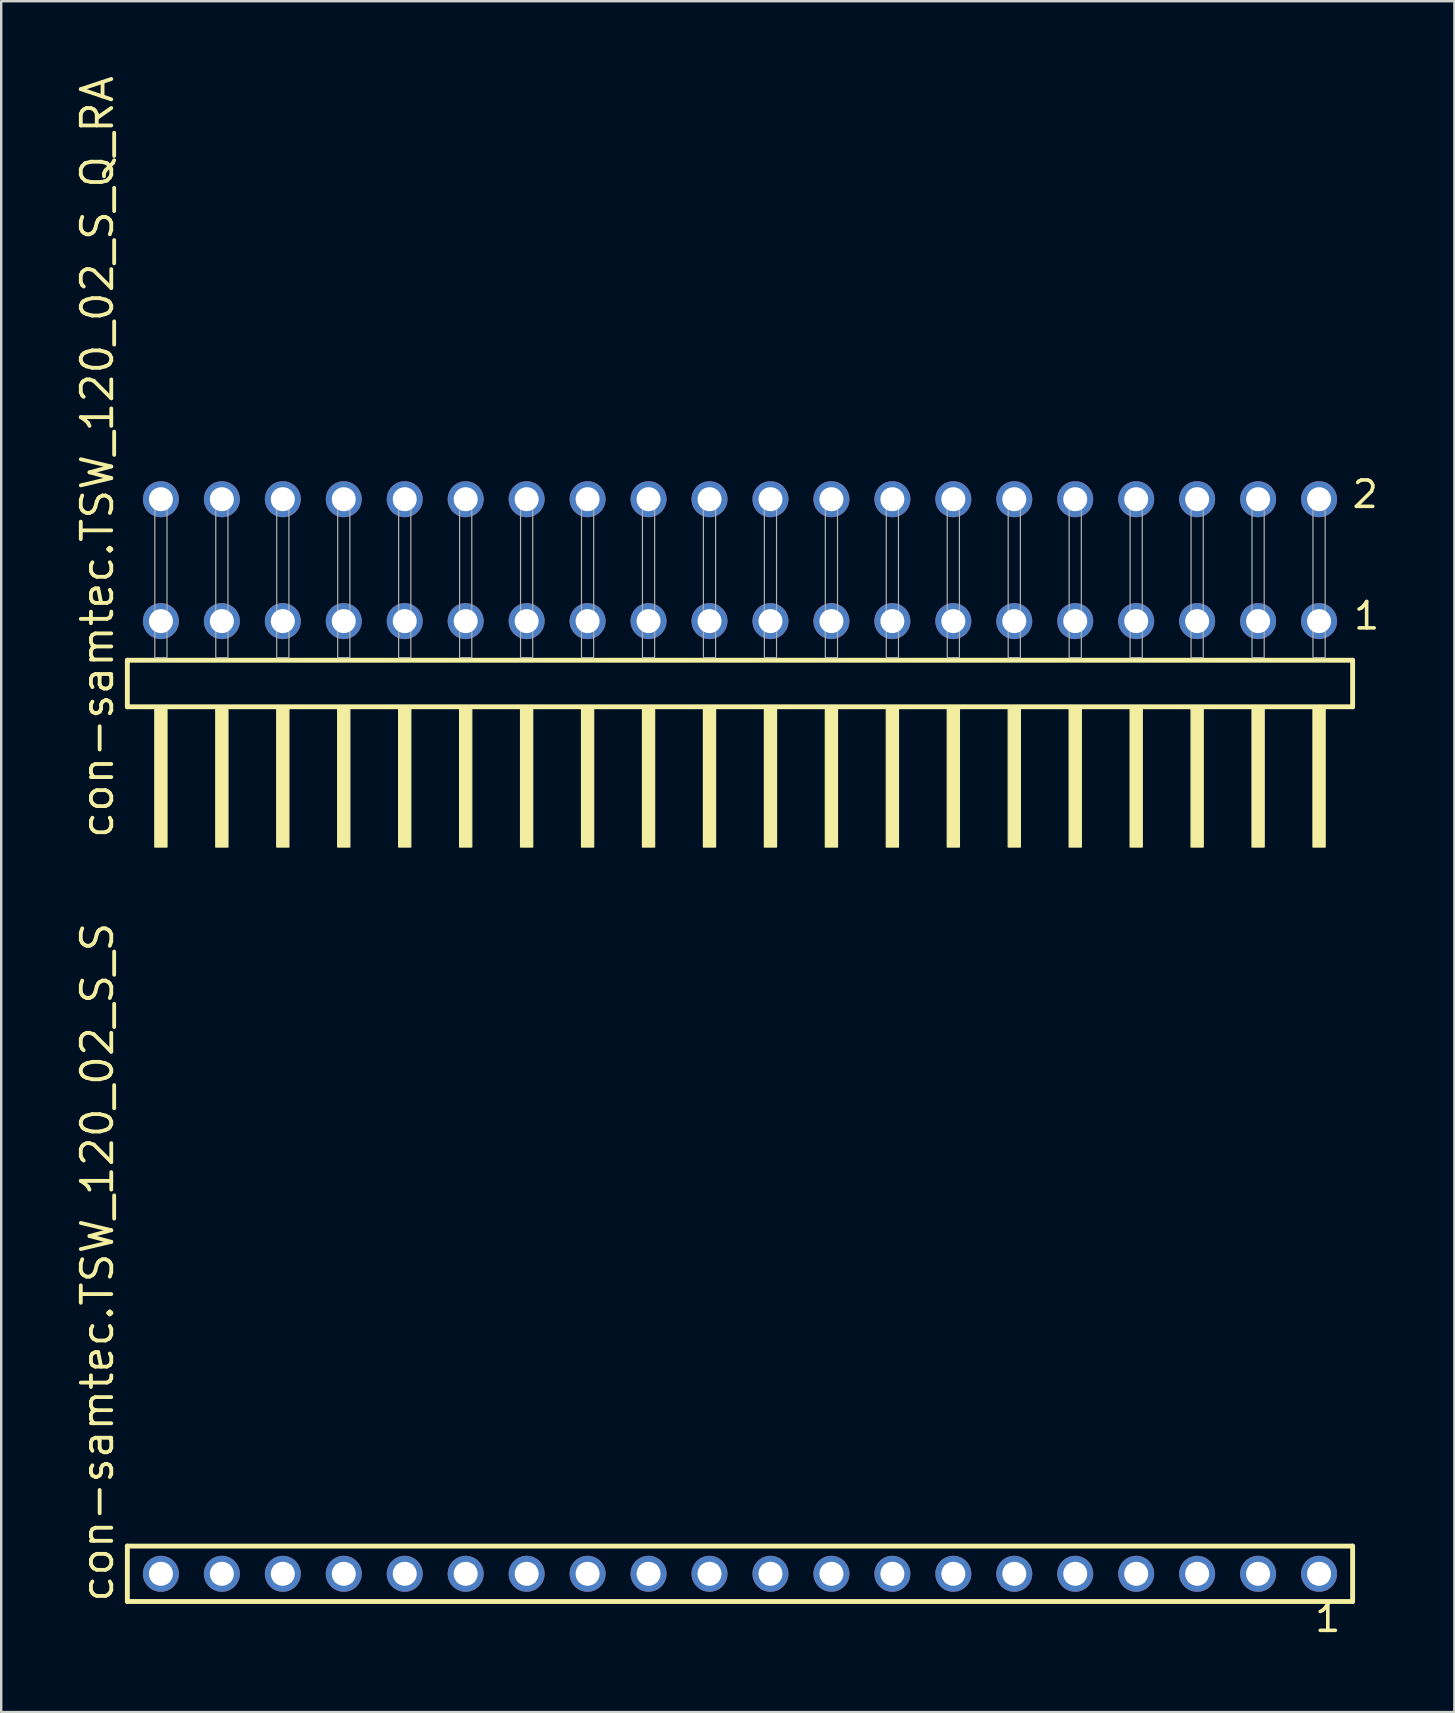
<source format=kicad_pcb>
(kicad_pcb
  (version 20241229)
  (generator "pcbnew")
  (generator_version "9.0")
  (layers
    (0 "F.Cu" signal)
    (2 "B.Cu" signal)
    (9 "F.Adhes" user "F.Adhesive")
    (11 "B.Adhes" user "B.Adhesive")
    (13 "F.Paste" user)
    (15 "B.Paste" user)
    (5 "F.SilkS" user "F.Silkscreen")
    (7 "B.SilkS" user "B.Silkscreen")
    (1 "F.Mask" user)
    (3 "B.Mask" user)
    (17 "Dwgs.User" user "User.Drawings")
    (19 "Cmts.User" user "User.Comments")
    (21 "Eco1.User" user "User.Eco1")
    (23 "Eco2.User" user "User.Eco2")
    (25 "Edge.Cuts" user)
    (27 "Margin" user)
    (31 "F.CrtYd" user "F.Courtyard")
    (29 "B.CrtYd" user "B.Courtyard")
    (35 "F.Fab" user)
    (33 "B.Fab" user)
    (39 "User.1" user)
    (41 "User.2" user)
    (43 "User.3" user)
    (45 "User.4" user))
  (footprint "con-samtec.TSW_120_02_S_S"
    (layer "F.Cu")
    (at 27.785 62.53)
    (property "Reference" "con-samtec.TSW_120_02_S_S" (at -26.035 1.27 90) (layer "F.SilkS") (effects (font (size 1.27 1.27) (thickness 0.16)) (justify left bottom)))
    (attr through_hole)
    (fp_line (start -25.529 -1.155) (end 25.529 -1.155) (stroke (width 0.203) (type default)) (layer "F.SilkS"))
    (fp_line (start -25.529 1.155) (end -25.529 -1.155) (stroke (width 0.203) (type default)) (layer "F.SilkS"))
    (fp_line (start 25.529 -1.155) (end 25.529 1.155) (stroke (width 0.203) (type default)) (layer "F.SilkS"))
    (fp_line (start 25.529 1.155) (end -25.529 1.155) (stroke (width 0.203) (type default)) (layer "F.SilkS"))
    (fp_rect (start -24.48 0.35) (end -23.78 -0.35) (stroke (width 0.05) (type default)) (fill no) (layer "F.Fab"))
    (fp_rect (start -21.94 0.35) (end -21.24 -0.35) (stroke (width 0.05) (type default)) (fill no) (layer "F.Fab"))
    (fp_rect (start -19.4 0.35) (end -18.7 -0.35) (stroke (width 0.05) (type default)) (fill no) (layer "F.Fab"))
    (fp_rect (start -16.86 0.35) (end -16.16 -0.35) (stroke (width 0.05) (type default)) (fill no) (layer "F.Fab"))
    (fp_rect (start -14.32 0.35) (end -13.62 -0.35) (stroke (width 0.05) (type default)) (fill no) (layer "F.Fab"))
    (fp_rect (start -11.78 0.35) (end -11.08 -0.35) (stroke (width 0.05) (type default)) (fill no) (layer "F.Fab"))
    (fp_rect (start -9.24 0.35) (end -8.54 -0.35) (stroke (width 0.05) (type default)) (fill no) (layer "F.Fab"))
    (fp_rect (start -6.7 0.35) (end -6 -0.35) (stroke (width 0.05) (type default)) (fill no) (layer "F.Fab"))
    (fp_rect (start -4.16 0.35) (end -3.46 -0.35) (stroke (width 0.05) (type default)) (fill no) (layer "F.Fab"))
    (fp_rect (start -1.62 0.35) (end -0.92 -0.35) (stroke (width 0.05) (type default)) (fill no) (layer "F.Fab"))
    (fp_rect (start 0.92 0.35) (end 1.62 -0.35) (stroke (width 0.05) (type default)) (fill no) (layer "F.Fab"))
    (fp_rect (start 3.46 0.35) (end 4.16 -0.35) (stroke (width 0.05) (type default)) (fill no) (layer "F.Fab"))
    (fp_rect (start 6 0.35) (end 6.7 -0.35) (stroke (width 0.05) (type default)) (fill no) (layer "F.Fab"))
    (fp_rect (start 8.54 0.35) (end 9.24 -0.35) (stroke (width 0.05) (type default)) (fill no) (layer "F.Fab"))
    (fp_rect (start 11.08 0.35) (end 11.78 -0.35) (stroke (width 0.05) (type default)) (fill no) (layer "F.Fab"))
    (fp_rect (start 13.62 0.35) (end 14.32 -0.35) (stroke (width 0.05) (type default)) (fill no) (layer "F.Fab"))
    (fp_rect (start 16.16 0.35) (end 16.86 -0.35) (stroke (width 0.05) (type default)) (fill no) (layer "F.Fab"))
    (fp_rect (start 18.7 0.35) (end 19.4 -0.35) (stroke (width 0.05) (type default)) (fill no) (layer "F.Fab"))
    (fp_rect (start 21.24 0.35) (end 21.94 -0.35) (stroke (width 0.05) (type default)) (fill no) (layer "F.Fab"))
    (fp_rect (start 23.78 0.35) (end 24.48 -0.35) (stroke (width 0.05) (type default)) (fill no) (layer "F.Fab"))
    (fp_text user "1" (at 23.872 2.498 0) (layer "F.SilkS") (effects (font (size 1.1 1.1) (thickness 0.15)) (justify left bottom)))
    (pad "1" thru_hole circle (at 24.13 0 180) (size 1.5 1.5) (drill 1) (layers "*.Cu" "*.Mask"))
    (pad "2" thru_hole circle (at 21.59 0 180) (size 1.5 1.5) (drill 1) (layers "*.Cu" "*.Mask"))
    (pad "3" thru_hole circle (at 19.05 0 180) (size 1.5 1.5) (drill 1) (layers "*.Cu" "*.Mask"))
    (pad "4" thru_hole circle (at 16.51 0 180) (size 1.5 1.5) (drill 1) (layers "*.Cu" "*.Mask"))
    (pad "5" thru_hole circle (at 13.97 0 180) (size 1.5 1.5) (drill 1) (layers "*.Cu" "*.Mask"))
    (pad "6" thru_hole circle (at 11.43 0 180) (size 1.5 1.5) (drill 1) (layers "*.Cu" "*.Mask"))
    (pad "7" thru_hole circle (at 8.89 0 180) (size 1.5 1.5) (drill 1) (layers "*.Cu" "*.Mask"))
    (pad "8" thru_hole circle (at 6.35 0 180) (size 1.5 1.5) (drill 1) (layers "*.Cu" "*.Mask"))
    (pad "9" thru_hole circle (at 3.81 0 180) (size 1.5 1.5) (drill 1) (layers "*.Cu" "*.Mask"))
    (pad "10" thru_hole circle (at 1.27 0 180) (size 1.5 1.5) (drill 1) (layers "*.Cu" "*.Mask"))
    (pad "11" thru_hole circle (at -1.27 0 180) (size 1.5 1.5) (drill 1) (layers "*.Cu" "*.Mask"))
    (pad "12" thru_hole circle (at -3.81 0 180) (size 1.5 1.5) (drill 1) (layers "*.Cu" "*.Mask"))
    (pad "13" thru_hole circle (at -6.35 0 180) (size 1.5 1.5) (drill 1) (layers "*.Cu" "*.Mask"))
    (pad "14" thru_hole circle (at -8.89 0 180) (size 1.5 1.5) (drill 1) (layers "*.Cu" "*.Mask"))
    (pad "15" thru_hole circle (at -11.43 0 180) (size 1.5 1.5) (drill 1) (layers "*.Cu" "*.Mask"))
    (pad "16" thru_hole circle (at -13.97 0 180) (size 1.5 1.5) (drill 1) (layers "*.Cu" "*.Mask"))
    (pad "17" thru_hole circle (at -16.51 0 180) (size 1.5 1.5) (drill 1) (layers "*.Cu" "*.Mask"))
    (pad "18" thru_hole circle (at -19.05 0 180) (size 1.5 1.5) (drill 1) (layers "*.Cu" "*.Mask"))
    (pad "19" thru_hole circle (at -21.59 0 180) (size 1.5 1.5) (drill 1) (layers "*.Cu" "*.Mask"))
    (pad "20" thru_hole circle (at -24.13 0 180) (size 1.5 1.5) (drill 1) (layers "*.Cu" "*.Mask")))
  (footprint "con-samtec.TSW_120_02_S_Q_RA"
    (layer "F.Cu")
    (at 27.785 24.356)
    (property "Reference" "con-samtec.TSW_120_02_S_Q_RA" (at -26.035 7.62 90) (layer "F.SilkS") (effects (font (size 1.27 1.27) (thickness 0.16)) (justify left bottom)))
    (attr through_hole)
    (fp_line (start -25.529 0.106) (end -25.529 2.046) (stroke (width 0.203) (type default)) (layer "F.SilkS"))
    (fp_line (start -25.529 2.046) (end 25.529 2.046) (stroke (width 0.203) (type default)) (layer "F.SilkS"))
    (fp_line (start 25.529 0.106) (end -25.529 0.106) (stroke (width 0.203) (type default)) (layer "F.SilkS"))
    (fp_line (start 25.529 2.046) (end 25.529 0.106) (stroke (width 0.203) (type default)) (layer "F.SilkS"))
    (fp_rect (start -24.384 7.89) (end -23.876 2.04) (stroke (width 0.05) (type default)) (fill yes) (layer "F.SilkS"))
    (fp_rect (start -21.844 7.89) (end -21.336 2.04) (stroke (width 0.05) (type default)) (fill yes) (layer "F.SilkS"))
    (fp_rect (start -19.304 7.89) (end -18.796 2.04) (stroke (width 0.05) (type default)) (fill yes) (layer "F.SilkS"))
    (fp_rect (start -16.764 7.89) (end -16.256 2.04) (stroke (width 0.05) (type default)) (fill yes) (layer "F.SilkS"))
    (fp_rect (start -14.224 7.89) (end -13.716 2.04) (stroke (width 0.05) (type default)) (fill yes) (layer "F.SilkS"))
    (fp_rect (start -11.684 7.89) (end -11.176 2.04) (stroke (width 0.05) (type default)) (fill yes) (layer "F.SilkS"))
    (fp_rect (start -9.144 7.89) (end -8.636 2.04) (stroke (width 0.05) (type default)) (fill yes) (layer "F.SilkS"))
    (fp_rect (start -6.604 7.89) (end -6.096 2.04) (stroke (width 0.05) (type default)) (fill yes) (layer "F.SilkS"))
    (fp_rect (start -4.064 7.89) (end -3.556 2.04) (stroke (width 0.05) (type default)) (fill yes) (layer "F.SilkS"))
    (fp_rect (start -1.524 7.89) (end -1.016 2.04) (stroke (width 0.05) (type default)) (fill yes) (layer "F.SilkS"))
    (fp_rect (start 1.016 7.89) (end 1.524 2.04) (stroke (width 0.05) (type default)) (fill yes) (layer "F.SilkS"))
    (fp_rect (start 3.556 7.89) (end 4.064 2.04) (stroke (width 0.05) (type default)) (fill yes) (layer "F.SilkS"))
    (fp_rect (start 6.096 7.89) (end 6.604 2.04) (stroke (width 0.05) (type default)) (fill yes) (layer "F.SilkS"))
    (fp_rect (start 8.636 7.89) (end 9.144 2.04) (stroke (width 0.05) (type default)) (fill yes) (layer "F.SilkS"))
    (fp_rect (start 11.176 7.89) (end 11.684 2.04) (stroke (width 0.05) (type default)) (fill yes) (layer "F.SilkS"))
    (fp_rect (start 13.716 7.89) (end 14.224 2.04) (stroke (width 0.05) (type default)) (fill yes) (layer "F.SilkS"))
    (fp_rect (start 16.256 7.89) (end 16.764 2.04) (stroke (width 0.05) (type default)) (fill yes) (layer "F.SilkS"))
    (fp_rect (start 18.796 7.89) (end 19.304 2.04) (stroke (width 0.05) (type default)) (fill yes) (layer "F.SilkS"))
    (fp_rect (start 21.336 7.89) (end 21.844 2.04) (stroke (width 0.05) (type default)) (fill yes) (layer "F.SilkS"))
    (fp_rect (start 23.876 7.89) (end 24.384 2.04) (stroke (width 0.05) (type default)) (fill yes) (layer "F.SilkS"))
    (fp_rect (start -24.384 0) (end -23.876 -6.858) (stroke (width 0.05) (type default)) (fill no) (layer "F.Fab"))
    (fp_rect (start -21.844 0) (end -21.336 -6.858) (stroke (width 0.05) (type default)) (fill no) (layer "F.Fab"))
    (fp_rect (start -19.304 0) (end -18.796 -6.858) (stroke (width 0.05) (type default)) (fill no) (layer "F.Fab"))
    (fp_rect (start -16.764 0) (end -16.256 -6.858) (stroke (width 0.05) (type default)) (fill no) (layer "F.Fab"))
    (fp_rect (start -14.224 0) (end -13.716 -6.858) (stroke (width 0.05) (type default)) (fill no) (layer "F.Fab"))
    (fp_rect (start -11.684 0) (end -11.176 -6.858) (stroke (width 0.05) (type default)) (fill no) (layer "F.Fab"))
    (fp_rect (start -9.144 0) (end -8.636 -6.858) (stroke (width 0.05) (type default)) (fill no) (layer "F.Fab"))
    (fp_rect (start -6.604 0) (end -6.096 -6.858) (stroke (width 0.05) (type default)) (fill no) (layer "F.Fab"))
    (fp_rect (start -4.064 0) (end -3.556 -6.858) (stroke (width 0.05) (type default)) (fill no) (layer "F.Fab"))
    (fp_rect (start -1.524 0) (end -1.016 -6.858) (stroke (width 0.05) (type default)) (fill no) (layer "F.Fab"))
    (fp_rect (start 1.016 0) (end 1.524 -6.858) (stroke (width 0.05) (type default)) (fill no) (layer "F.Fab"))
    (fp_rect (start 3.556 0) (end 4.064 -6.858) (stroke (width 0.05) (type default)) (fill no) (layer "F.Fab"))
    (fp_rect (start 6.096 0) (end 6.604 -6.858) (stroke (width 0.05) (type default)) (fill no) (layer "F.Fab"))
    (fp_rect (start 8.636 0) (end 9.144 -6.858) (stroke (width 0.05) (type default)) (fill no) (layer "F.Fab"))
    (fp_rect (start 11.176 0) (end 11.684 -6.858) (stroke (width 0.05) (type default)) (fill no) (layer "F.Fab"))
    (fp_rect (start 13.716 0) (end 14.224 -6.858) (stroke (width 0.05) (type default)) (fill no) (layer "F.Fab"))
    (fp_rect (start 16.256 0) (end 16.764 -6.858) (stroke (width 0.05) (type default)) (fill no) (layer "F.Fab"))
    (fp_rect (start 18.796 0) (end 19.304 -6.858) (stroke (width 0.05) (type default)) (fill no) (layer "F.Fab"))
    (fp_rect (start 21.336 0) (end 21.844 -6.858) (stroke (width 0.05) (type default)) (fill no) (layer "F.Fab"))
    (fp_rect (start 23.876 0) (end 24.384 -6.858) (stroke (width 0.05) (type default)) (fill no) (layer "F.Fab"))
    (fp_text user "1" (at 25.49 -1.1 0) (layer "F.SilkS") (effects (font (size 1.1 1.1) (thickness 0.15)) (justify left bottom)))
    (fp_text user "2" (at 25.43 -6.165 0) (layer "F.SilkS") (effects (font (size 1.1 1.1) (thickness 0.15)) (justify left bottom)))
    (pad "1" thru_hole circle (at 24.13 -1.524 180) (size 1.5 1.5) (drill 1) (layers "*.Cu" "*.Mask"))
    (pad "2" thru_hole circle (at 24.13 -6.604 180) (size 1.5 1.5) (drill 1) (layers "*.Cu" "*.Mask"))
    (pad "3" thru_hole circle (at 21.59 -1.524 180) (size 1.5 1.5) (drill 1) (layers "*.Cu" "*.Mask"))
    (pad "4" thru_hole circle (at 21.59 -6.604 180) (size 1.5 1.5) (drill 1) (layers "*.Cu" "*.Mask"))
    (pad "5" thru_hole circle (at 19.05 -1.524 180) (size 1.5 1.5) (drill 1) (layers "*.Cu" "*.Mask"))
    (pad "6" thru_hole circle (at 19.05 -6.604 180) (size 1.5 1.5) (drill 1) (layers "*.Cu" "*.Mask"))
    (pad "7" thru_hole circle (at 16.51 -1.524 180) (size 1.5 1.5) (drill 1) (layers "*.Cu" "*.Mask"))
    (pad "8" thru_hole circle (at 16.51 -6.604 180) (size 1.5 1.5) (drill 1) (layers "*.Cu" "*.Mask"))
    (pad "9" thru_hole circle (at 13.97 -1.524 180) (size 1.5 1.5) (drill 1) (layers "*.Cu" "*.Mask"))
    (pad "10" thru_hole circle (at 13.97 -6.604 180) (size 1.5 1.5) (drill 1) (layers "*.Cu" "*.Mask"))
    (pad "11" thru_hole circle (at 11.43 -1.524 180) (size 1.5 1.5) (drill 1) (layers "*.Cu" "*.Mask"))
    (pad "12" thru_hole circle (at 11.43 -6.604 180) (size 1.5 1.5) (drill 1) (layers "*.Cu" "*.Mask"))
    (pad "13" thru_hole circle (at 8.89 -1.524 180) (size 1.5 1.5) (drill 1) (layers "*.Cu" "*.Mask"))
    (pad "14" thru_hole circle (at 8.89 -6.604 180) (size 1.5 1.5) (drill 1) (layers "*.Cu" "*.Mask"))
    (pad "15" thru_hole circle (at 6.35 -1.524 180) (size 1.5 1.5) (drill 1) (layers "*.Cu" "*.Mask"))
    (pad "16" thru_hole circle (at 6.35 -6.604 180) (size 1.5 1.5) (drill 1) (layers "*.Cu" "*.Mask"))
    (pad "17" thru_hole circle (at 3.81 -1.524 180) (size 1.5 1.5) (drill 1) (layers "*.Cu" "*.Mask"))
    (pad "18" thru_hole circle (at 3.81 -6.604 180) (size 1.5 1.5) (drill 1) (layers "*.Cu" "*.Mask"))
    (pad "19" thru_hole circle (at 1.27 -1.524 180) (size 1.5 1.5) (drill 1) (layers "*.Cu" "*.Mask"))
    (pad "20" thru_hole circle (at 1.27 -6.604 180) (size 1.5 1.5) (drill 1) (layers "*.Cu" "*.Mask"))
    (pad "21" thru_hole circle (at -1.27 -1.524 180) (size 1.5 1.5) (drill 1) (layers "*.Cu" "*.Mask"))
    (pad "22" thru_hole circle (at -1.27 -6.604 180) (size 1.5 1.5) (drill 1) (layers "*.Cu" "*.Mask"))
    (pad "23" thru_hole circle (at -3.81 -1.524 180) (size 1.5 1.5) (drill 1) (layers "*.Cu" "*.Mask"))
    (pad "24" thru_hole circle (at -3.81 -6.604 180) (size 1.5 1.5) (drill 1) (layers "*.Cu" "*.Mask"))
    (pad "25" thru_hole circle (at -6.35 -1.524 180) (size 1.5 1.5) (drill 1) (layers "*.Cu" "*.Mask"))
    (pad "26" thru_hole circle (at -6.35 -6.604 180) (size 1.5 1.5) (drill 1) (layers "*.Cu" "*.Mask"))
    (pad "27" thru_hole circle (at -8.89 -1.524 180) (size 1.5 1.5) (drill 1) (layers "*.Cu" "*.Mask"))
    (pad "28" thru_hole circle (at -8.89 -6.604 180) (size 1.5 1.5) (drill 1) (layers "*.Cu" "*.Mask"))
    (pad "29" thru_hole circle (at -11.43 -1.524 180) (size 1.5 1.5) (drill 1) (layers "*.Cu" "*.Mask"))
    (pad "30" thru_hole circle (at -11.43 -6.604 180) (size 1.5 1.5) (drill 1) (layers "*.Cu" "*.Mask"))
    (pad "31" thru_hole circle (at -13.97 -1.524 180) (size 1.5 1.5) (drill 1) (layers "*.Cu" "*.Mask"))
    (pad "32" thru_hole circle (at -13.97 -6.604 180) (size 1.5 1.5) (drill 1) (layers "*.Cu" "*.Mask"))
    (pad "33" thru_hole circle (at -16.51 -1.524 180) (size 1.5 1.5) (drill 1) (layers "*.Cu" "*.Mask"))
    (pad "34" thru_hole circle (at -16.51 -6.604 180) (size 1.5 1.5) (drill 1) (layers "*.Cu" "*.Mask"))
    (pad "35" thru_hole circle (at -19.05 -1.524 180) (size 1.5 1.5) (drill 1) (layers "*.Cu" "*.Mask"))
    (pad "36" thru_hole circle (at -19.05 -6.604 180) (size 1.5 1.5) (drill 1) (layers "*.Cu" "*.Mask"))
    (pad "37" thru_hole circle (at -21.59 -1.524 180) (size 1.5 1.5) (drill 1) (layers "*.Cu" "*.Mask"))
    (pad "38" thru_hole circle (at -21.59 -6.604 180) (size 1.5 1.5) (drill 1) (layers "*.Cu" "*.Mask"))
    (pad "39" thru_hole circle (at -24.13 -1.524 180) (size 1.5 1.5) (drill 1) (layers "*.Cu" "*.Mask"))
    (pad "40" thru_hole circle (at -24.13 -6.604 180) (size 1.5 1.5) (drill 1) (layers "*.Cu" "*.Mask")))
  (gr_rect
    (start -3 -3)
    (end 57.553 68.291)
    (stroke (width 0.1) (type default))
    (fill no)
    (layer "Edge.Cuts")))
</source>
